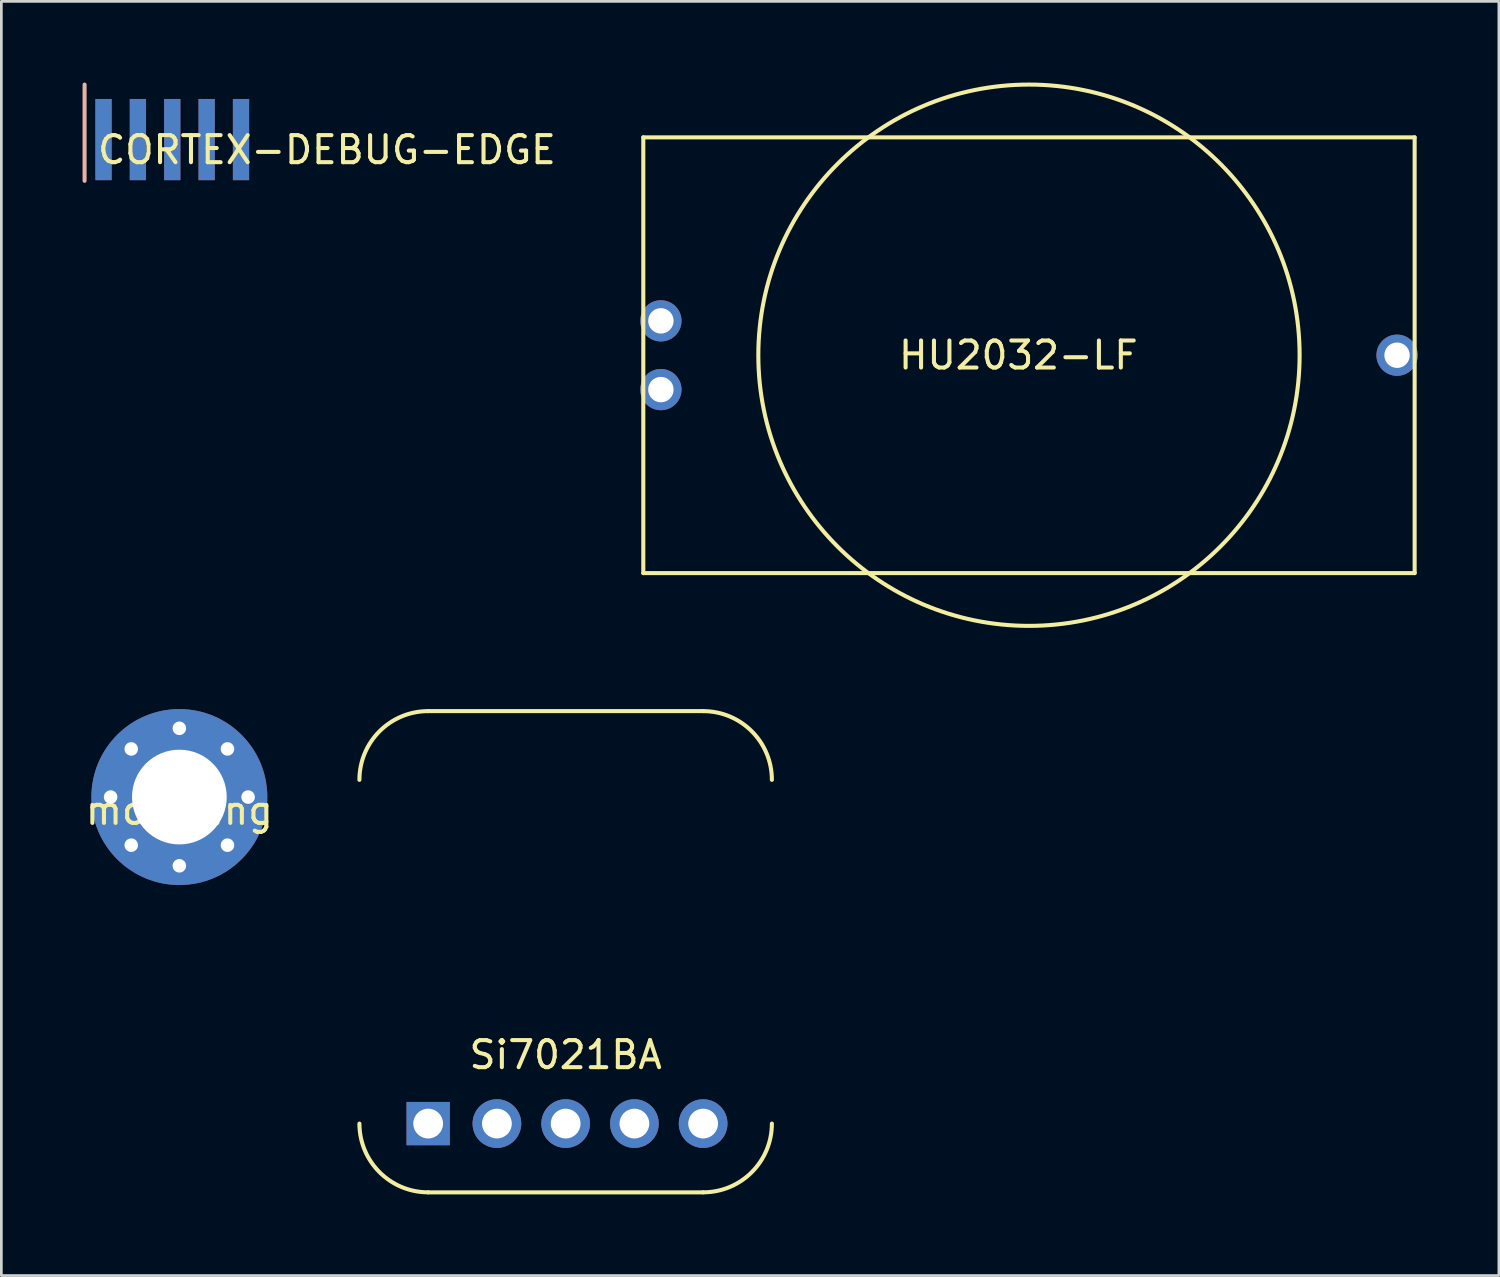
<source format=kicad_pcb>
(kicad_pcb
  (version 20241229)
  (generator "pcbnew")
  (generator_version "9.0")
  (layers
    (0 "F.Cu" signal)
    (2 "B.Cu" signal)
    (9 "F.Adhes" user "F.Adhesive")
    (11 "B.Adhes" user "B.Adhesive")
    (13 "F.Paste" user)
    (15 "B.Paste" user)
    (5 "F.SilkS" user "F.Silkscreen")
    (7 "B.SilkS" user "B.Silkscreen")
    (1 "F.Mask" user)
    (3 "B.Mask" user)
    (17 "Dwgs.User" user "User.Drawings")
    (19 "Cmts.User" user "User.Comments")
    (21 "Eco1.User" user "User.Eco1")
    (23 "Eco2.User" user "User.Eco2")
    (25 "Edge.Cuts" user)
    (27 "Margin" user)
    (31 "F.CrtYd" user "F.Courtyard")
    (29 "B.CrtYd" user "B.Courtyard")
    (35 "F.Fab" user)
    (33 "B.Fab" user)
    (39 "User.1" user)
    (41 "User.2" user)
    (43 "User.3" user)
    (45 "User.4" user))
  (footprint "Si7021BA"
    (layer "F.Cu")
    (at 17.85 38.465)
    (property "Reference" "Si7021BA" (at 0 -2.54 0) (layer "F.SilkS") (effects (font (size 1 1) (thickness 0.15))))
    (attr through_hole)
    (fp_line (start 5.08 -15.24) (end -5.08 -15.24) (stroke (width 0.15) (type solid)) (layer "F.SilkS"))
    (fp_line (start 5.08 2.54) (end -5.08 2.54) (stroke (width 0.15) (type solid)) (layer "F.SilkS"))
    (fp_arc (start -7.62 -12.7) (mid -6.876051 -14.496051) (end -5.08 -15.24) (stroke (width 0.15) (type solid)) (layer "F.SilkS"))
    (fp_arc (start -5.08 2.54) (mid -6.876051 1.796051) (end -7.62 0) (stroke (width 0.15) (type solid)) (layer "F.SilkS"))
    (fp_arc (start 5.08 -15.24) (mid 6.876051 -14.496051) (end 7.62 -12.7) (stroke (width 0.15) (type solid)) (layer "F.SilkS"))
    (fp_arc (start 7.62 0) (mid 6.876051 1.796051) (end 5.08 2.54) (stroke (width 0.15) (type solid)) (layer "F.SilkS"))
    (pad "1" thru_hole rect (at -5.08 0) (size 1.6 1.6) (drill 1.1) (layers "*.Cu" "*.Mask"))
    (pad "2" thru_hole circle (at -2.54 0) (size 1.8 1.8) (drill 1.1) (layers "*.Cu" "*.Mask"))
    (pad "3" thru_hole circle (at 0 0) (size 1.8 1.8) (drill 1.1) (layers "*.Cu" "*.Mask"))
    (pad "4" thru_hole circle (at 2.54 0) (size 1.8 1.8) (drill 1.1) (layers "*.Cu" "*.Mask"))
    (pad "5" thru_hole circle (at 5.08 0) (size 1.8 1.8) (drill 1.1) (layers "*.Cu" "*.Mask")))
  (footprint "mounting"
    (layer "F.Cu")
    (at 3.577 26.4)
    (property "Reference" "mounting" (at 0 0.5 0) (layer "F.SilkS") (effects (font (size 1 1) (thickness 0.15))))
    (attr through_hole)
    (pad "1" thru_hole circle (at -2.54 0) (size 0.5 0.5) (drill 0.5) (layers "*.Cu" "*.Mask"))
    (pad "1" thru_hole circle (at -1.778 -1.778) (size 0.5 0.5) (drill 0.5) (layers "*.Cu" "*.Mask"))
    (pad "1" thru_hole circle (at -1.778 1.778) (size 0.5 0.5) (drill 0.5) (layers "*.Cu" "*.Mask"))
    (pad "1" thru_hole circle (at 0 -2.54) (size 0.5 0.5) (drill 0.5) (layers "*.Cu" "*.Mask"))
    (pad "1" thru_hole circle (at 0 0) (size 6.5 6.5) (drill 3.5) (layers "*.Cu" "*.Mask"))
    (pad "1" thru_hole circle (at 0 2.54) (size 0.5 0.5) (drill 0.5) (layers "*.Cu" "*.Mask"))
    (pad "1" thru_hole circle (at 1.778 -1.778) (size 0.5 0.5) (drill 0.5) (layers "*.Cu" "*.Mask"))
    (pad "1" thru_hole circle (at 1.778 1.778) (size 0.5 0.5) (drill 0.5) (layers "*.Cu" "*.Mask"))
    (pad "1" thru_hole circle (at 2.54 0) (size 0.5 0.5) (drill 0.5) (layers "*.Cu" "*.Mask")))
  (footprint "HU2032-LF"
    (layer "F.Cu")
    (at 21.369 10.075)
    (property "Reference" "HU2032-LF" (at 13.208 0 0) (layer "F.SilkS") (effects (font (size 1 1) (thickness 0.15))))
    (attr through_hole)
    (fp_line (start -0.65 -8.05) (end -0.65 8.05) (stroke (width 0.15) (type solid)) (layer "F.SilkS"))
    (fp_line (start -0.65 -8.05) (end 27.85 -8.05) (stroke (width 0.15) (type solid)) (layer "F.SilkS"))
    (fp_line (start -0.65 8.05) (end 27.85 8.05) (stroke (width 0.15) (type solid)) (layer "F.SilkS"))
    (fp_line (start 27.85 8.05) (end 27.85 -8.05) (stroke (width 0.15) (type solid)) (layer "F.SilkS"))
    (fp_circle (center 13.6 0) (end 23.6 0) (stroke (width 0.15) (type solid)) (fill no) (layer "F.SilkS"))
    (pad "1" thru_hole circle (at 0 -1.27) (size 1.524 1.524) (drill 0.94) (layers "*.Cu" "*.Mask"))
    (pad "1" thru_hole circle (at 0 1.27) (size 1.524 1.524) (drill 0.94) (layers "*.Cu" "*.Mask"))
    (pad "2" thru_hole circle (at 27.2 0) (size 1.524 1.524) (drill 0.94) (layers "*.Cu" "*.Mask")))
  (footprint "CORTEX-DEBUG-EDGE"
    (layer "F.Cu")
    (at 0.775 2.107)
    (property "Reference" "CORTEX-DEBUG-EDGE" (at 8.255 0.381 0) (layer "F.SilkS") (effects (font (size 1 1) (thickness 0.15))))
    (attr through_hole)
    (fp_line (start -0.7 -2.032) (end -0.7 1.524) (stroke (width 0.15) (type solid)) (layer "B.SilkS"))
    (pad "1" smd rect (at 0 0) (size 0.6 3) (layers "B.Cu" "B.Mask" "B.Paste"))
    (pad "2" smd rect (at 0 0) (size 0.6 3) (layers "F.Cu" "F.Mask" "F.Paste"))
    (pad "3" smd rect (at 1.27 0) (size 0.6 3) (layers "B.Cu" "B.Mask" "B.Paste"))
    (pad "4" smd rect (at 1.27 0) (size 0.6 3) (layers "F.Cu" "F.Mask" "F.Paste"))
    (pad "5" smd rect (at 2.54 0) (size 0.6 3) (layers "B.Cu" "B.Mask" "B.Paste"))
    (pad "6" smd rect (at 2.54 0) (size 0.6 3) (layers "F.Cu" "F.Mask" "F.Paste"))
    (pad "7" smd rect (at 3.81 0) (size 0.6 3) (layers "B.Cu" "B.Mask" "B.Paste"))
    (pad "8" smd rect (at 3.81 0) (size 0.6 3) (layers "F.Cu" "F.Mask" "F.Paste"))
    (pad "9" smd rect (at 5.08 0) (size 0.6 3) (layers "B.Cu" "B.Mask" "B.Paste"))
    (pad "10" smd rect (at 5.08 0) (size 0.6 3) (layers "F.Cu" "F.Mask" "F.Paste")))
  (gr_rect
    (start -3 -3)
    (end 52.331 44.08)
    (stroke (width 0.1) (type default))
    (fill no)
    (layer "Edge.Cuts")))
</source>
